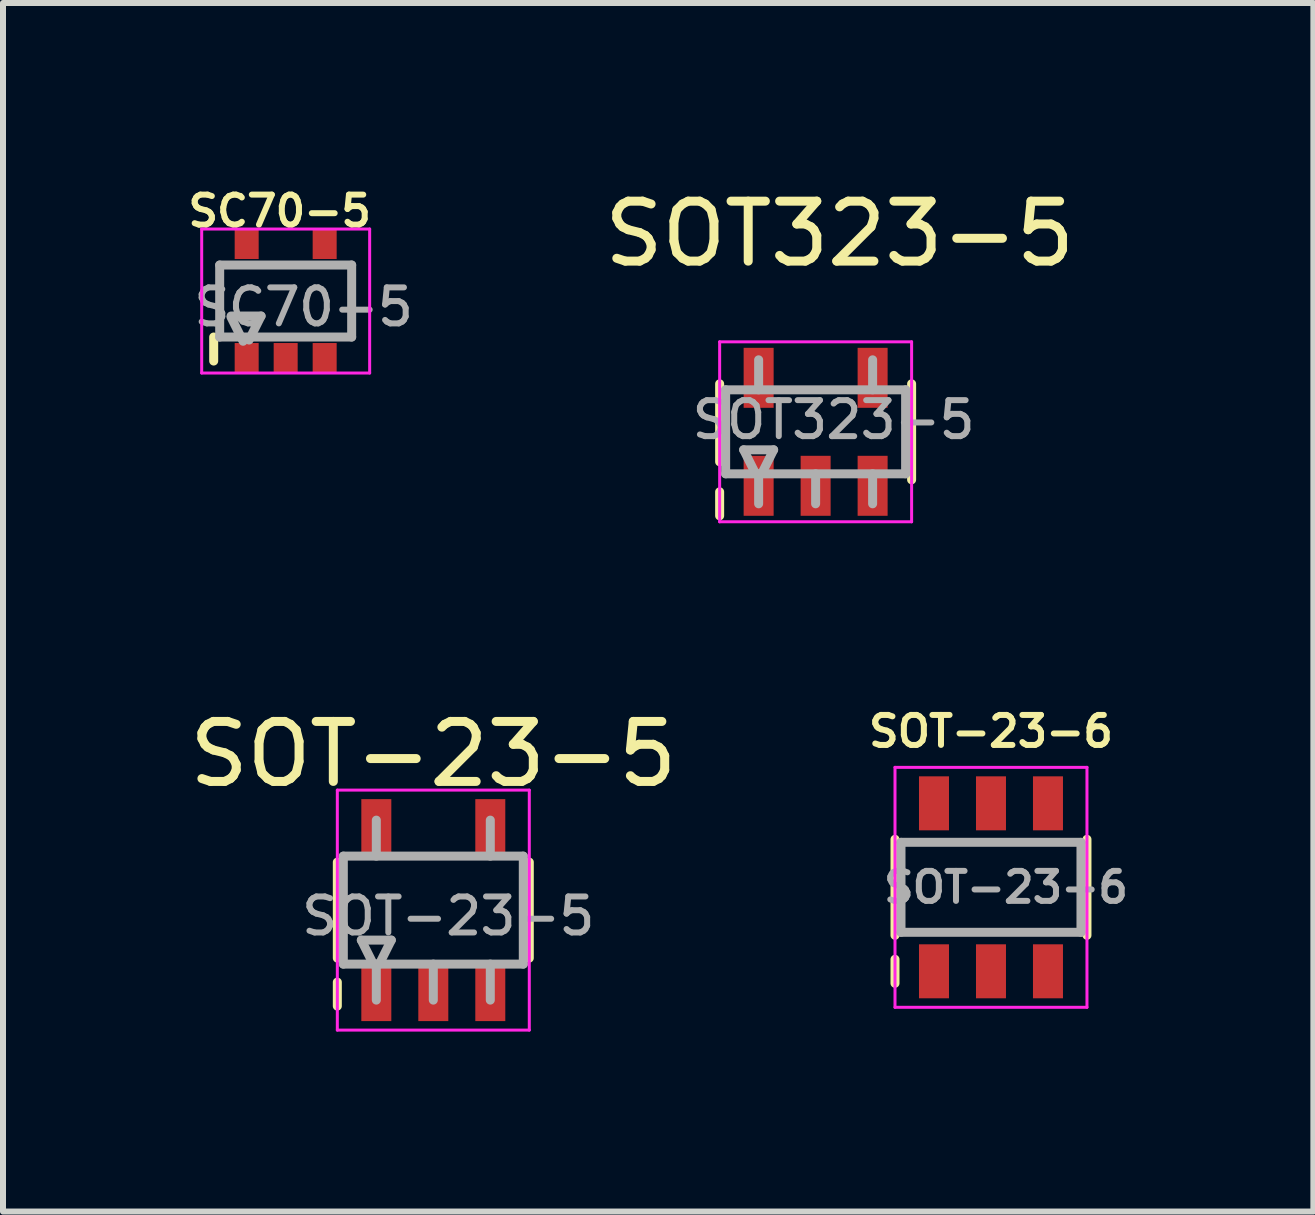
<source format=kicad_pcb>
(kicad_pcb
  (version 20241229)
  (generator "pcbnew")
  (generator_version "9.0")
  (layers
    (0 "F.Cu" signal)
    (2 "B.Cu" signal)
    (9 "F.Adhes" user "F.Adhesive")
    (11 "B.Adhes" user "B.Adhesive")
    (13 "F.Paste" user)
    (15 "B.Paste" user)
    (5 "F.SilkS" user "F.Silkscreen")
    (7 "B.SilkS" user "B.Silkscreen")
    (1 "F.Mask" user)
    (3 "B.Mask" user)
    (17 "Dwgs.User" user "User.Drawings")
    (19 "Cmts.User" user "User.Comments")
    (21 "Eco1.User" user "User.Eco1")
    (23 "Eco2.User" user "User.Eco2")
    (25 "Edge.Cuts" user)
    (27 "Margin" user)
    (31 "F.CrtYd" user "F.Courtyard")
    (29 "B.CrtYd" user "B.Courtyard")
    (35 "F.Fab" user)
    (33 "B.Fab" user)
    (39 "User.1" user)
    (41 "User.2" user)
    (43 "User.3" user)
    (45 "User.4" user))
  (footprint "SC70-5"
    (layer "F.Cu")
    (at 1.712 1.968)
    (property "Reference" "SC70-5" (at -0.1 -1.5 0) (layer "F.SilkS") (effects (font (size 0.5 0.5) (thickness 0.1))))
    (attr smd)
    (fp_line (start -1.2 0.6) (end -1.2 1) (stroke (width 0.15) (type solid)) (layer "F.SilkS"))
    (fp_line (start -1.4 -1.2) (end -1.4 1.2) (stroke (width 0.05) (type solid)) (layer "F.CrtYd"))
    (fp_line (start -1.4 -1.2) (end 1.4 -1.2) (stroke (width 0.05) (type solid)) (layer "F.CrtYd"))
    (fp_line (start -1.4 1.2) (end 1.4 1.2) (stroke (width 0.05) (type solid)) (layer "F.CrtYd"))
    (fp_line (start 1.4 -1.2) (end 1.4 1.2) (stroke (width 0.05) (type solid)) (layer "F.CrtYd"))
    (fp_line (start -1.1 -0.6) (end -1.1 0.6) (stroke (width 0.15) (type solid)) (layer "F.Fab"))
    (fp_line (start -1.1 0.6) (end 1.1 0.6) (stroke (width 0.15) (type solid)) (layer "F.Fab"))
    (fp_line (start -0.91 0.25) (end -0.41 0.25) (stroke (width 0.15) (type solid)) (layer "F.Fab"))
    (fp_line (start -0.71 0.67) (end -0.91 0.27) (stroke (width 0.15) (type solid)) (layer "F.Fab"))
    (fp_line (start -0.41 0.25) (end -0.61 0.65) (stroke (width 0.15) (type solid)) (layer "F.Fab"))
    (fp_line (start 1.1 -0.6) (end -1.1 -0.6) (stroke (width 0.15) (type solid)) (layer "F.Fab"))
    (fp_line (start 1.1 0.6) (end 1.1 -0.6) (stroke (width 0.15) (type solid)) (layer "F.Fab"))
    (fp_text user "${REFERENCE}" (at 0.3 0.1 0) (layer "F.Fab") (effects (font (size 0.6 0.6) (thickness 0.1))))
    (pad "1" smd rect (at -0.65 0.95) (size 0.4 0.5) (layers "F.Cu" "F.Mask" "F.Paste"))
    (pad "2" smd rect (at 0 0.95) (size 0.4 0.5) (layers "F.Cu" "F.Mask" "F.Paste"))
    (pad "3" smd rect (at 0.65 0.95) (size 0.4 0.5) (layers "F.Cu" "F.Mask" "F.Paste"))
    (pad "4" smd rect (at 0.65 -0.95) (size 0.4 0.5) (layers "F.Cu" "F.Mask" "F.Paste"))
    (pad "5" smd rect (at -0.65 -0.95) (size 0.4 0.5) (layers "F.Cu" "F.Mask" "F.Paste")))
  (footprint "SOT-23-5"
    (layer "F.Cu")
    (at 4.173 12.121)
    (property "Reference" "SOT-23-5" (at 0 -2.6 180) (layer "F.SilkS") (effects (font (size 1 1) (thickness 0.15))))
    (attr smd)
    (fp_line (start -1.6 -0.8) (end -1.6 0.8) (stroke (width 0.15) (type solid)) (layer "F.SilkS"))
    (fp_line (start -1.6 1.2) (end -1.6 1.6) (stroke (width 0.15) (type solid)) (layer "F.SilkS"))
    (fp_line (start 1.6 -0.8) (end 1.6 0.8) (stroke (width 0.15) (type solid)) (layer "F.SilkS"))
    (fp_line (start -1.6 -2) (end -1.6 2) (stroke (width 0.05) (type solid)) (layer "F.CrtYd"))
    (fp_line (start -1.6 -2) (end 1.6 -2) (stroke (width 0.05) (type solid)) (layer "F.CrtYd"))
    (fp_line (start -1.6 2) (end 1.6 2) (stroke (width 0.05) (type solid)) (layer "F.CrtYd"))
    (fp_line (start 1.6 -2) (end 1.6 2) (stroke (width 0.05) (type solid)) (layer "F.CrtYd"))
    (fp_line (start -1.5 -0.9) (end -1.5 0.9) (stroke (width 0.15) (type solid)) (layer "F.Fab"))
    (fp_line (start -1.5 0.9) (end 1.5 0.9) (stroke (width 0.15) (type solid)) (layer "F.Fab"))
    (fp_line (start -1.2 0.5) (end -0.7 0.5) (stroke (width 0.15) (type solid)) (layer "F.Fab"))
    (fp_line (start -1 0.9) (end -1.2 0.5) (stroke (width 0.15) (type solid)) (layer "F.Fab"))
    (fp_line (start -0.95 -1.5) (end -0.95 -0.9) (stroke (width 0.15) (type solid)) (layer "F.Fab"))
    (fp_line (start -0.95 1.5) (end -0.95 0.9) (stroke (width 0.15) (type solid)) (layer "F.Fab"))
    (fp_line (start -0.7 0.5) (end -0.9 0.9) (stroke (width 0.15) (type solid)) (layer "F.Fab"))
    (fp_line (start 0 1.5) (end 0 0.9) (stroke (width 0.15) (type solid)) (layer "F.Fab"))
    (fp_line (start 0.95 -1.5) (end 0.95 -0.9) (stroke (width 0.15) (type solid)) (layer "F.Fab"))
    (fp_line (start 0.95 1.5) (end 0.95 0.9) (stroke (width 0.15) (type solid)) (layer "F.Fab"))
    (fp_line (start 1.5 -0.9) (end -1.5 -0.9) (stroke (width 0.15) (type solid)) (layer "F.Fab"))
    (fp_line (start 1.5 0.9) (end 1.5 -0.9) (stroke (width 0.15) (type solid)) (layer "F.Fab"))
    (fp_text user "${REFERENCE}" (at 0.25 0.1 0) (layer "F.Fab") (effects (font (size 0.6 0.6) (thickness 0.1))))
    (pad "1" smd rect (at -0.95 1.4) (size 0.5 0.9) (layers "F.Cu" "F.Mask" "F.Paste"))
    (pad "2" smd rect (at 0 1.4) (size 0.5 0.9) (layers "F.Cu" "F.Mask" "F.Paste"))
    (pad "3" smd rect (at 0.95 1.4) (size 0.5 0.9) (layers "F.Cu" "F.Mask" "F.Paste"))
    (pad "4" smd rect (at 0.95 -1.4) (size 0.5 0.9) (layers "F.Cu" "F.Mask" "F.Paste"))
    (pad "5" smd rect (at -0.95 -1.4) (size 0.5 0.9) (layers "F.Cu" "F.Mask" "F.Paste")))
  (footprint "SOT323-5"
    (layer "F.Cu")
    (at 10.546 4.148)
    (property "Reference" "SOT323-5" (at 0.4 -3.3 180) (layer "F.SilkS") (effects (font (size 1 1) (thickness 0.15))))
    (attr smd)
    (fp_line (start -1.6 -0.8) (end -1.6 0.5) (stroke (width 0.15) (type solid)) (layer "F.SilkS"))
    (fp_line (start -1.6 1) (end -1.6 1.4) (stroke (width 0.15) (type solid)) (layer "F.SilkS"))
    (fp_line (start 1.6 -0.8) (end 1.6 0.8) (stroke (width 0.15) (type solid)) (layer "F.SilkS"))
    (fp_line (start -1.6 -1.5) (end -1.6 1.5) (stroke (width 0.05) (type solid)) (layer "F.CrtYd"))
    (fp_line (start -1.6 -1.5) (end 1.6 -1.5) (stroke (width 0.05) (type solid)) (layer "F.CrtYd"))
    (fp_line (start -1.6 1.5) (end 1.6 1.5) (stroke (width 0.05) (type solid)) (layer "F.CrtYd"))
    (fp_line (start 1.6 -1.5) (end 1.6 1.5) (stroke (width 0.05) (type solid)) (layer "F.CrtYd"))
    (fp_line (start -1.5 -0.7) (end -1.5 0.7) (stroke (width 0.15) (type solid)) (layer "F.Fab"))
    (fp_line (start -1.5 0.7) (end 1.5 0.7) (stroke (width 0.15) (type solid)) (layer "F.Fab"))
    (fp_line (start -1.2 0.3) (end -0.7 0.3) (stroke (width 0.15) (type solid)) (layer "F.Fab"))
    (fp_line (start -1 0.7) (end -1.2 0.3) (stroke (width 0.15) (type solid)) (layer "F.Fab"))
    (fp_line (start -0.95 -1.2) (end -0.95 -0.7) (stroke (width 0.15) (type solid)) (layer "F.Fab"))
    (fp_line (start -0.95 1.2) (end -0.95 0.7) (stroke (width 0.15) (type solid)) (layer "F.Fab"))
    (fp_line (start -0.7 0.3) (end -0.9 0.7) (stroke (width 0.15) (type solid)) (layer "F.Fab"))
    (fp_line (start 0 1.2) (end 0 0.7) (stroke (width 0.15) (type solid)) (layer "F.Fab"))
    (fp_line (start 0.95 -1.2) (end 0.95 -0.7) (stroke (width 0.15) (type solid)) (layer "F.Fab"))
    (fp_line (start 0.95 1.2) (end 0.95 0.7) (stroke (width 0.15) (type solid)) (layer "F.Fab"))
    (fp_line (start 1.5 -0.7) (end -1.5 -0.7) (stroke (width 0.15) (type solid)) (layer "F.Fab"))
    (fp_line (start 1.5 0.7) (end 1.5 -0.7) (stroke (width 0.15) (type solid)) (layer "F.Fab"))
    (fp_text user "${REFERENCE}" (at 0.3 -0.2 0) (layer "F.Fab") (effects (font (size 0.6 0.6) (thickness 0.1))))
    (pad "1" smd rect (at -0.95 0.9) (size 0.5 1) (layers "F.Cu" "F.Mask" "F.Paste"))
    (pad "2" smd rect (at 0 0.9) (size 0.5 1) (layers "F.Cu" "F.Mask" "F.Paste"))
    (pad "3" smd rect (at 0.95 0.9) (size 0.5 1) (layers "F.Cu" "F.Mask" "F.Paste"))
    (pad "4" smd rect (at 0.95 -0.9) (size 0.5 1) (layers "F.Cu" "F.Mask" "F.Paste"))
    (pad "5" smd rect (at -0.95 -0.9) (size 0.5 1) (layers "F.Cu" "F.Mask" "F.Paste")))
  (footprint "SOT-23-6"
    (layer "F.Cu")
    (at 13.469 11.741)
    (property "Reference" "SOT-23-6" (at 0 -2.6 0) (layer "F.SilkS") (effects (font (size 0.5 0.5) (thickness 0.1))))
    (attr smd)
    (fp_line (start -1.6 -0.8) (end -1.6 0.8) (stroke (width 0.15) (type solid)) (layer "F.SilkS"))
    (fp_line (start -1.6 1.2) (end -1.6 1.6) (stroke (width 0.15) (type solid)) (layer "F.SilkS"))
    (fp_line (start 1.6 -0.8) (end 1.6 0.8) (stroke (width 0.15) (type solid)) (layer "F.SilkS"))
    (fp_line (start -1.6 -2) (end -1.6 2) (stroke (width 0.05) (type solid)) (layer "F.CrtYd"))
    (fp_line (start -1.6 -2) (end 1.6 -2) (stroke (width 0.05) (type solid)) (layer "F.CrtYd"))
    (fp_line (start -1.6 2) (end 1.6 2) (stroke (width 0.05) (type solid)) (layer "F.CrtYd"))
    (fp_line (start 1.6 -2) (end 1.6 2) (stroke (width 0.05) (type solid)) (layer "F.CrtYd"))
    (fp_line (start -1.5 -0.75) (end -1.5 0.75) (stroke (width 0.15) (type solid)) (layer "F.Fab"))
    (fp_line (start -1.5 0.75) (end 1.5 0.75) (stroke (width 0.15) (type solid)) (layer "F.Fab"))
    (fp_line (start 1.5 -0.75) (end -1.5 -0.75) (stroke (width 0.15) (type solid)) (layer "F.Fab"))
    (fp_line (start 1.5 0.75) (end 1.5 -0.75) (stroke (width 0.15) (type solid)) (layer "F.Fab"))
    (fp_text user "${REFERENCE}" (at 0.25 0 0) (layer "F.Fab") (effects (font (size 0.5 0.5) (thickness 0.1))))
    (pad "1" smd rect (at -0.95 1.4) (size 0.5 0.9) (layers "F.Cu" "F.Mask" "F.Paste"))
    (pad "2" smd rect (at 0 1.4) (size 0.5 0.9) (layers "F.Cu" "F.Mask" "F.Paste"))
    (pad "3" smd rect (at 0.95 1.4) (size 0.5 0.9) (layers "F.Cu" "F.Mask" "F.Paste"))
    (pad "4" smd rect (at 0.95 -1.4) (size 0.5 0.9) (layers "F.Cu" "F.Mask" "F.Paste"))
    (pad "5" smd rect (at 0 -1.4) (size 0.5 0.9) (layers "F.Cu" "F.Mask" "F.Paste"))
    (pad "6" smd rect (at -0.95 -1.4) (size 0.5 0.9) (layers "F.Cu" "F.Mask" "F.Paste")))
  (gr_rect
    (start -3 -3)
    (end 18.843 17.146)
    (stroke (width 0.1) (type default))
    (fill no)
    (layer "Edge.Cuts")))
</source>
